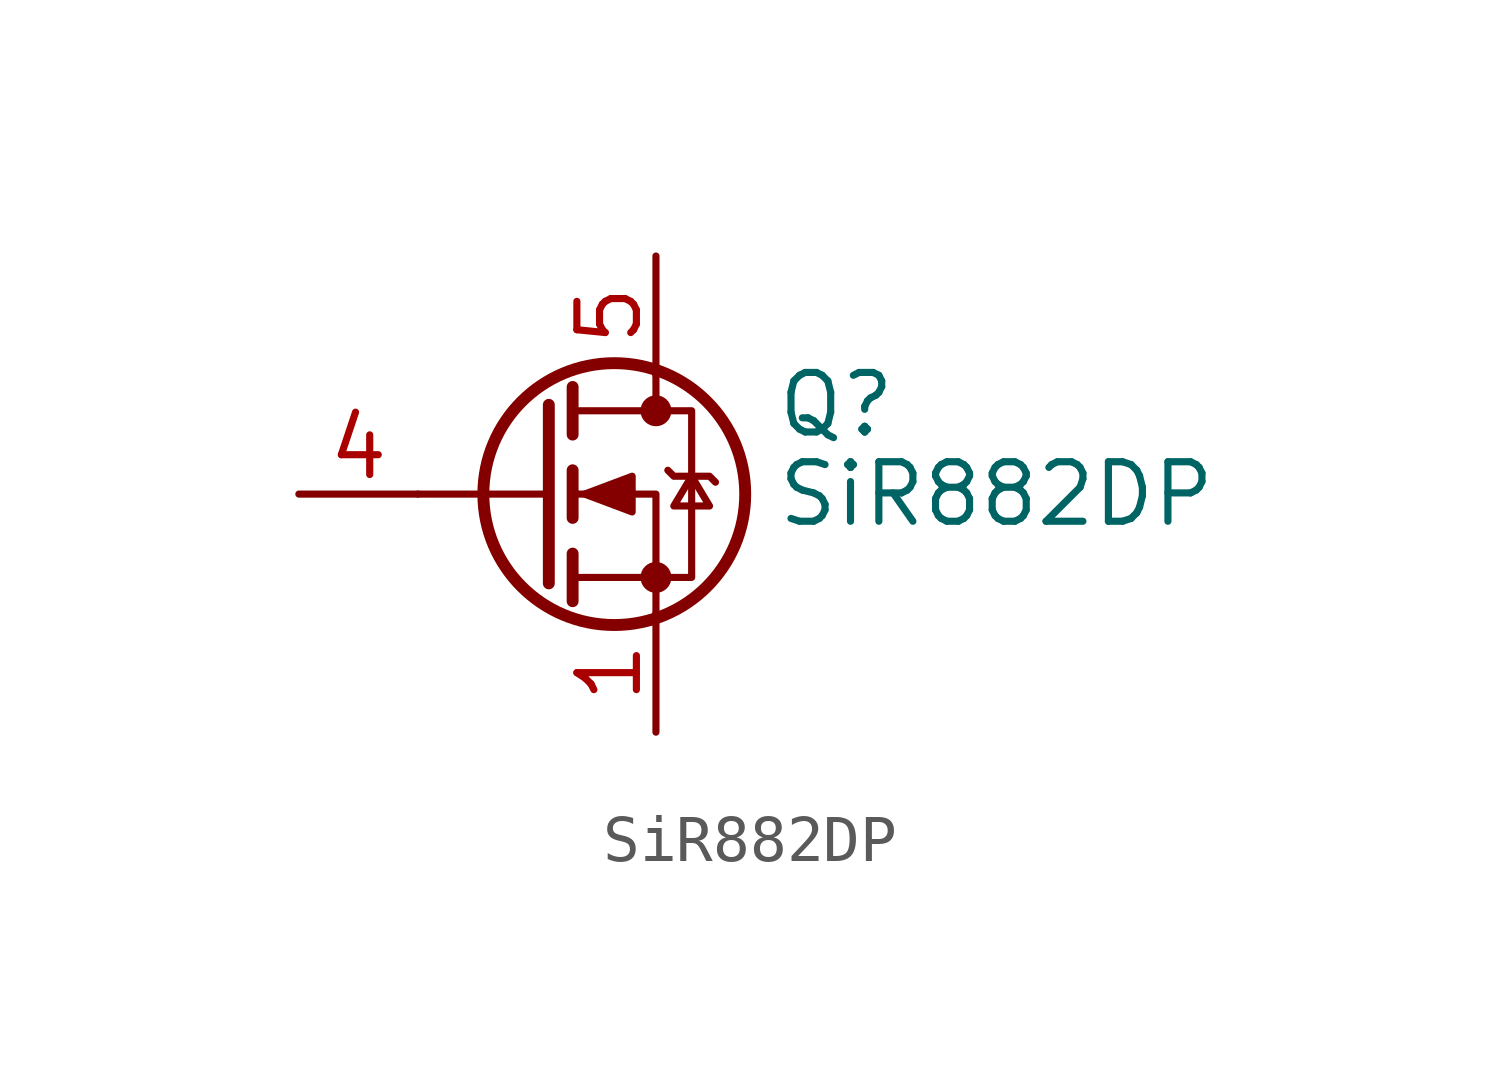
<source format=kicad_sym>
(kicad_symbol_lib
  (version 20211014)
  (generator kicad_symbol_editor)
  (symbol "SiR882DP"
    (pin_names hide)
    (property "Reference" "Q"
      (at 5.08 1.905 0)
      (effects (font (size 1.27 1.27)) (justify left)))
    (property "Value" "SiR882DP"
      (at 5.08 0 0)
      (effects (font (size 1.27 1.27)) (justify left)))
    (symbol "SiR882DP_0_1"
      (polyline (pts (xy 0.254 0) (xy -2.54 0)) (stroke (width 0) (type default) (color 0 0 0 0)) (fill (type none)))
      (polyline (pts (xy 0.254 1.905) (xy 0.254 -1.905)) (stroke (width 0.254) (type default) (color 0 0 0 0)) (fill (type none)))
      (polyline (pts (xy 0.762 -1.27) (xy 0.762 -2.286)) (stroke (width 0.254) (type default) (color 0 0 0 0)) (fill (type none)))
      (polyline (pts (xy 0.762 0.508) (xy 0.762 -0.508)) (stroke (width 0.254) (type default) (color 0 0 0 0)) (fill (type none)))
      (polyline (pts (xy 0.762 2.286) (xy 0.762 1.27)) (stroke (width 0.254) (type default) (color 0 0 0 0)) (fill (type none)))
      (polyline (pts (xy 2.54 2.54) (xy 2.54 1.778)) (stroke (width 0) (type default) (color 0 0 0 0)) (fill (type none)))
      (polyline (pts (xy 2.54 -2.54) (xy 2.54 0) (xy 0.762 0)) (stroke (width 0) (type default) (color 0 0 0 0)) (fill (type none)))
      (polyline (pts (xy 0.762 -1.778) (xy 3.302 -1.778) (xy 3.302 1.778) (xy 0.762 1.778)) (stroke (width 0) (type default) (color 0 0 0 0)) (fill (type none)))
      (polyline (pts (xy 1.016 0) (xy 2.032 0.381) (xy 2.032 -0.381) (xy 1.016 0)) (stroke (width 0) (type default) (color 0 0 0 0)) (fill (type outline)))
      (polyline (pts (xy 2.794 0.508) (xy 2.921 0.381) (xy 3.683 0.381) (xy 3.81 0.254)) (stroke (width 0) (type default) (color 0 0 0 0)) (fill (type none)))
      (polyline (pts (xy 3.302 0.381) (xy 2.921 -0.254) (xy 3.683 -0.254) (xy 3.302 0.381)) (stroke (width 0) (type default) (color 0 0 0 0)) (fill (type none)))
      (circle (center 1.651 0) (radius 2.794) (stroke (width 0.254) (type default) (color 0 0 0 0)) (fill (type none)))
      (circle (center 2.54 -1.778) (radius 0.254) (stroke (width 0) (type default) (color 0 0 0 0)) (fill (type outline)))
      (circle (center 2.54 1.778) (radius 0.254) (stroke (width 0) (type default) (color 0 0 0 0)) (fill (type outline))))
    (symbol "SiR882DP_1_1"
      (pin passive line (at 2.54 -5.08 90) (length 2.54) (name "S" (effects (font (size 1.27 1.27)))) (number "1" (effects (font (size 1.27 1.27)))))
      (pin passive line (at 2.54 -5.08 90) (length 2.54) hide (name "S" (effects (font (size 1.27 1.27)))) (number "2" (effects (font (size 1.27 1.27)))))
      (pin passive line (at 2.54 -5.08 90) (length 2.54) hide (name "S" (effects (font (size 1.27 1.27)))) (number "3" (effects (font (size 1.27 1.27)))))
      (pin input line (at -5.08 0 0) (length 2.54) (name "G" (effects (font (size 1.27 1.27)))) (number "4" (effects (font (size 1.27 1.27)))))
      (pin passive line (at 2.54 5.08 270) (length 2.54) (name "D" (effects (font (size 1.27 1.27)))) (number "5" (effects (font (size 1.27 1.27))))))))
</source>
